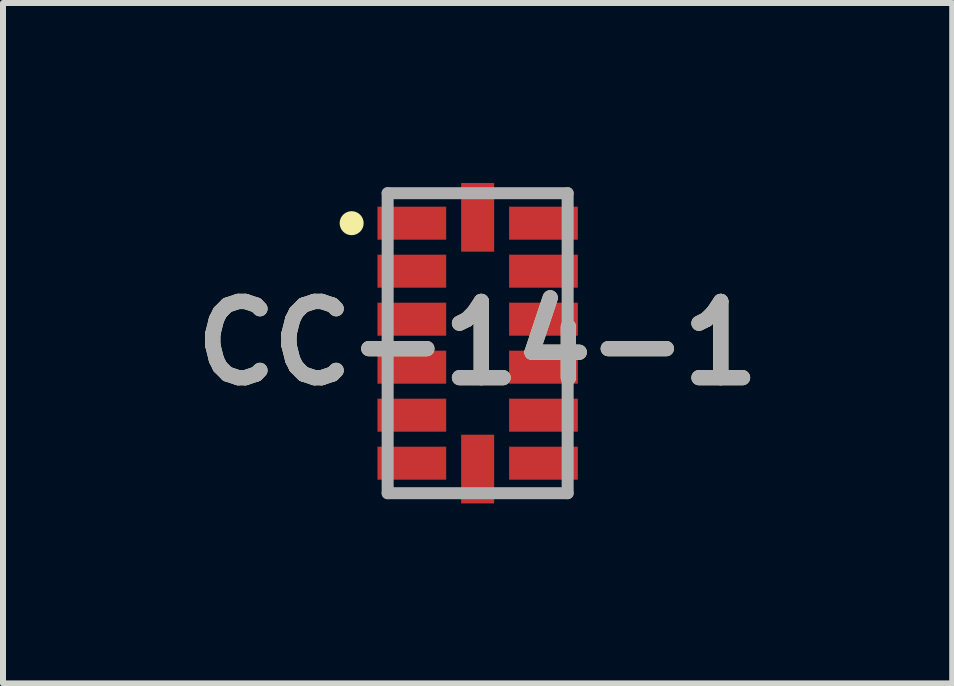
<source format=kicad_pcb>
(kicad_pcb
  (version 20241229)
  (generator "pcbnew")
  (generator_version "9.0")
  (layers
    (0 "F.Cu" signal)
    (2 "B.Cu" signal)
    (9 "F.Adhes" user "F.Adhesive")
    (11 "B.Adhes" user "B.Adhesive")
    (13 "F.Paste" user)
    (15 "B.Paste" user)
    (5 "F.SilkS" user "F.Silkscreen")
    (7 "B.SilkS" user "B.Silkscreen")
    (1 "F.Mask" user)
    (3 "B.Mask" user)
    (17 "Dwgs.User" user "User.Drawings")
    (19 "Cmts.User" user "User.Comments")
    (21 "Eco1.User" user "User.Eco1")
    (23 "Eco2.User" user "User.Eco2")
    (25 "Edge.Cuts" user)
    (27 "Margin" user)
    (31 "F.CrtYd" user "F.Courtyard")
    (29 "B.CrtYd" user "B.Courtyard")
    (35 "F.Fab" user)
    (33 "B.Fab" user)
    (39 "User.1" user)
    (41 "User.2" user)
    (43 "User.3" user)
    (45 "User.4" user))
  (footprint "CC-14-1"
    (layer "F.Cu")
    (at 4.911 2.67)
    (property "Reference" "CC-14-1" (at 0 0 0) (layer "F.SilkS") (effects (font (size 1.27 1.27) (thickness 0.254))))
    (attr smd)
    (fp_line (start -1.5 -2.5) (end -0.607 -2.5) (stroke (width 0.1) (type solid)) (layer "F.SilkS"))
    (fp_line (start -1.5 2.5) (end -0.607 2.5) (stroke (width 0.1) (type solid)) (layer "F.SilkS"))
    (fp_line (start 0.607 -2.5) (end 1.5 -2.5) (stroke (width 0.1) (type solid)) (layer "F.SilkS"))
    (fp_line (start 0.607 2.5) (end 1.5 2.5) (stroke (width 0.1) (type solid)) (layer "F.SilkS"))
    (fp_circle (center -2.1 -2) (end -2.1 -1.9) (stroke (width 0.2) (type solid)) (fill no) (layer "F.SilkS"))
    (fp_line (start -1.5 -2.5) (end 1.5 -2.5) (stroke (width 0.2) (type solid)) (layer "F.Fab"))
    (fp_line (start -1.5 2.5) (end -1.5 -2.5) (stroke (width 0.2) (type solid)) (layer "F.Fab"))
    (fp_line (start 1.5 -2.5) (end 1.5 2.5) (stroke (width 0.2) (type solid)) (layer "F.Fab"))
    (fp_line (start 1.5 2.5) (end -1.5 2.5) (stroke (width 0.2) (type solid)) (layer "F.Fab"))
    (fp_text user "${REFERENCE}" (at 0 0 0) (layer "F.Fab") (effects (font (size 1.27 1.27) (thickness 0.254))))
    (pad "1" smd rect (at -1.097 -2 90) (size 0.55 1.145) (layers "F.Cu" "F.Mask" "F.Paste"))
    (pad "2" smd rect (at -1.097 -1.2 90) (size 0.55 1.145) (layers "F.Cu" "F.Mask" "F.Paste"))
    (pad "3" smd rect (at -1.097 -0.4 90) (size 0.55 1.145) (layers "F.Cu" "F.Mask" "F.Paste"))
    (pad "4" smd rect (at -1.097 0.4 90) (size 0.55 1.145) (layers "F.Cu" "F.Mask" "F.Paste"))
    (pad "5" smd rect (at -1.097 1.2 90) (size 0.55 1.145) (layers "F.Cu" "F.Mask" "F.Paste"))
    (pad "6" smd rect (at -1.097 2 90) (size 0.55 1.145) (layers "F.Cu" "F.Mask" "F.Paste"))
    (pad "7" smd rect (at 0 2.098) (size 0.55 1.145) (layers "F.Cu" "F.Mask" "F.Paste"))
    (pad "8" smd rect (at 1.097 2 90) (size 0.55 1.145) (layers "F.Cu" "F.Mask" "F.Paste"))
    (pad "9" smd rect (at 1.097 1.2 90) (size 0.55 1.145) (layers "F.Cu" "F.Mask" "F.Paste"))
    (pad "10" smd rect (at 1.097 0.4 90) (size 0.55 1.145) (layers "F.Cu" "F.Mask" "F.Paste"))
    (pad "11" smd rect (at 1.097 -0.4 90) (size 0.55 1.145) (layers "F.Cu" "F.Mask" "F.Paste"))
    (pad "12" smd rect (at 1.097 -1.2 90) (size 0.55 1.145) (layers "F.Cu" "F.Mask" "F.Paste"))
    (pad "13" smd rect (at 1.097 -2 90) (size 0.55 1.145) (layers "F.Cu" "F.Mask" "F.Paste"))
    (pad "14" smd rect (at 0 -2.098) (size 0.55 1.145) (layers "F.Cu" "F.Mask" "F.Paste")))
  (gr_rect
    (start -3 -3)
    (end 12.821 8.34)
    (stroke (width 0.1) (type default))
    (fill no)
    (layer "Edge.Cuts")))
</source>
